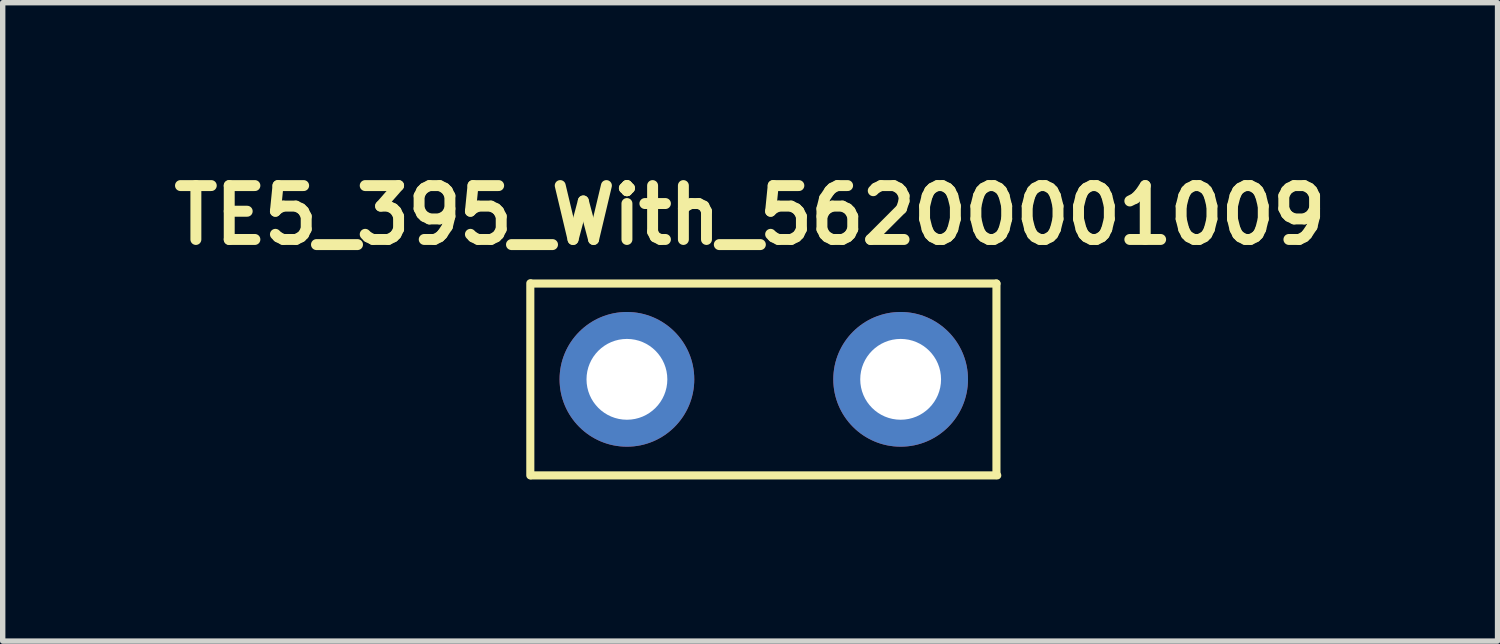
<source format=kicad_pcb>
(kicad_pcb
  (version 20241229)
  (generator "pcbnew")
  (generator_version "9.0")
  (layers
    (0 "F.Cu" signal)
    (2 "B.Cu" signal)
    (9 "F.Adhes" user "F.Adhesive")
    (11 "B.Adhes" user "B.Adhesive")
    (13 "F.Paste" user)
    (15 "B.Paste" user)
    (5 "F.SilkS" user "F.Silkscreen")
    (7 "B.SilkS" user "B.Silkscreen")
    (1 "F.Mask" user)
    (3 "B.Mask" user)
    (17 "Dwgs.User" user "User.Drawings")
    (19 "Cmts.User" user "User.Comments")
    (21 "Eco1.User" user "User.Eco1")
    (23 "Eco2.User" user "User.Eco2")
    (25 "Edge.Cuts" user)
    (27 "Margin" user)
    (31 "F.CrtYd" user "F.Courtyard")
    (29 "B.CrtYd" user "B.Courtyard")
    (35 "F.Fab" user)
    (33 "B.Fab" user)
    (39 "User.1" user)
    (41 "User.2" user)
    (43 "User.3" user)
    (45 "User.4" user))
  (footprint "TE5_395_With_56200001009"
    (layer "F.Cu")
    (at 11.125 3.99)
    (property "Reference" "TE5_395_With_56200001009" (at -0.254 -3.048 0) (layer "F.SilkS") (effects (font (size 1 1) (thickness 0.203))))
    (attr through_hole)
    (fp_line (start -4.333 1.783) (end -4.333 -1.783) (stroke (width 0.15) (type solid)) (layer "F.SilkS"))
    (fp_line (start 4.318 -1.778) (end -4.318 -1.778) (stroke (width 0.15) (type solid)) (layer "F.SilkS"))
    (fp_line (start 4.318 1.778) (end 4.318 -1.778) (stroke (width 0.15) (type solid)) (layer "F.SilkS"))
    (fp_line (start 4.333 1.783) (end -4.318 1.783) (stroke (width 0.15) (type solid)) (layer "F.SilkS"))
    (pad "1" thru_hole circle (at -2.54 0) (size 2.5 2.5) (drill 1.5) (layers "*.Cu" "*.Mask"))
    (pad "2" thru_hole circle (at 2.54 0) (size 2.5 2.5) (drill 1.5) (layers "*.Cu" "*.Mask")))
  (gr_rect
    (start -3 -3)
    (end 24.743 8.848)
    (stroke (width 0.1) (type default))
    (fill no)
    (layer "Edge.Cuts")))
</source>
